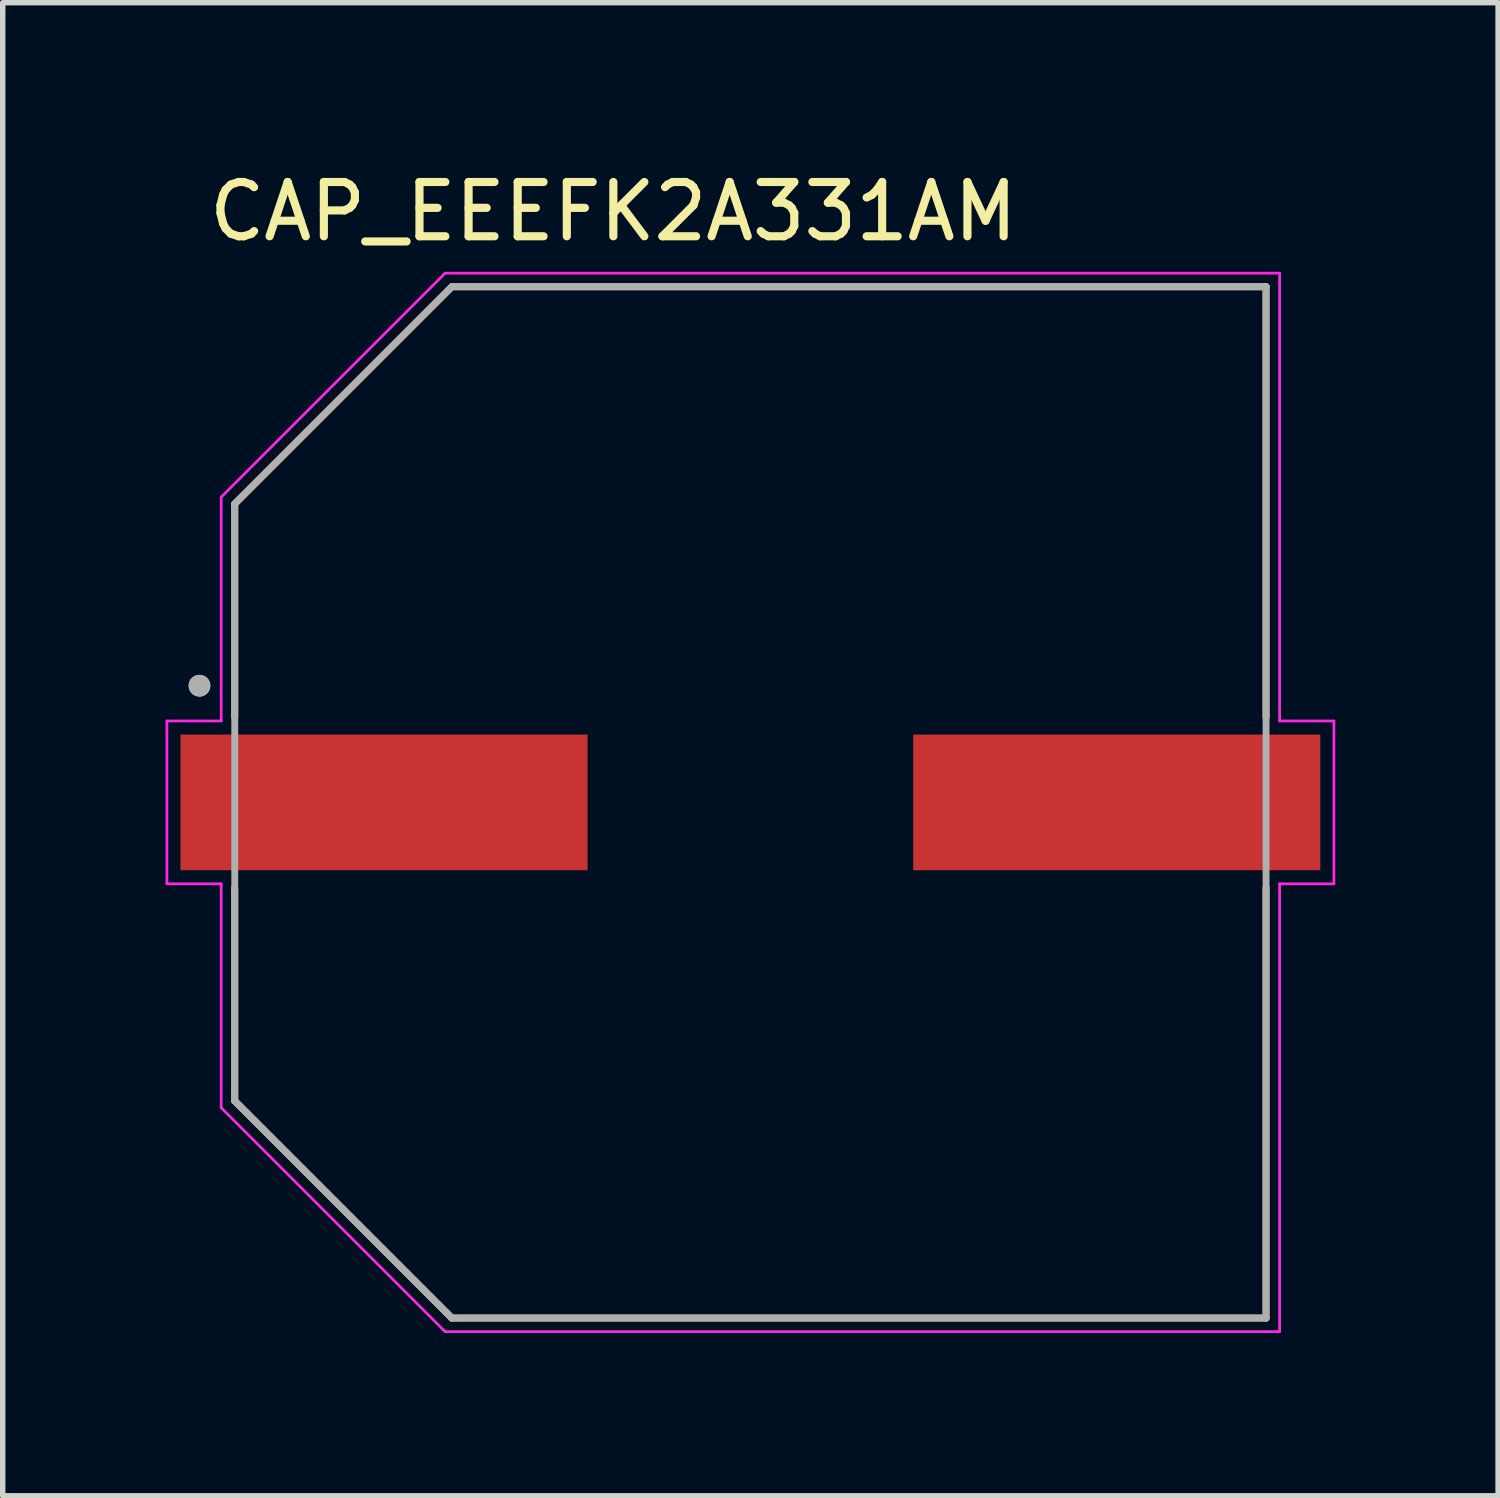
<source format=kicad_pcb>
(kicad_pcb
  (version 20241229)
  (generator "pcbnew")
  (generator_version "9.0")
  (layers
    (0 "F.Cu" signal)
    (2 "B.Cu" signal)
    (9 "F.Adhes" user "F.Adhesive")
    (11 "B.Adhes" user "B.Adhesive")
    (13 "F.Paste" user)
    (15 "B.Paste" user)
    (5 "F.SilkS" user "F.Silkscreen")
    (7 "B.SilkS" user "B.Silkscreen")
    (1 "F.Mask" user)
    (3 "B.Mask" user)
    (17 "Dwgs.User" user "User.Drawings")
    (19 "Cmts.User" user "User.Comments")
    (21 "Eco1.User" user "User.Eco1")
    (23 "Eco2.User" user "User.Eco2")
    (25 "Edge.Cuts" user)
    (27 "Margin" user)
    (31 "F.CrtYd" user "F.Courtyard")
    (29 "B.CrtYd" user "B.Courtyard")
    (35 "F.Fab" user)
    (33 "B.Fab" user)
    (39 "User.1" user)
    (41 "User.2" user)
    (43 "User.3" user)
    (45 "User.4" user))
  (footprint "CAP_EEEFK2A331AM"
    (layer "F.Cu")
    (at 10.775 11.733)
    (property "Reference" "CAP_EEEFK2A331AM" (at -2.525 -10.885 0) (layer "F.SilkS") (effects (font (size 1 1) (thickness 0.15))))
    (attr through_hole)
    (fp_line (start -9.5 -5.5) (end -9.5 -1.57) (stroke (width 0.127) (type solid)) (layer "F.SilkS"))
    (fp_line (start -9.5 1.57) (end -9.5 5.5) (stroke (width 0.127) (type solid)) (layer "F.SilkS"))
    (fp_line (start -9.5 5.5) (end -5.5 9.5) (stroke (width 0.127) (type solid)) (layer "F.SilkS"))
    (fp_line (start -5.5 -9.5) (end -9.5 -5.5) (stroke (width 0.127) (type solid)) (layer "F.SilkS"))
    (fp_line (start -5.5 9.5) (end 9.5 9.5) (stroke (width 0.127) (type solid)) (layer "F.SilkS"))
    (fp_line (start 9.5 -9.5) (end -5.5 -9.5) (stroke (width 0.127) (type solid)) (layer "F.SilkS"))
    (fp_line (start 9.5 -1.57) (end 9.5 -9.5) (stroke (width 0.127) (type solid)) (layer "F.SilkS"))
    (fp_line (start 9.5 9.5) (end 9.5 1.57) (stroke (width 0.127) (type solid)) (layer "F.SilkS"))
    (fp_circle (center -10.15 -2.15) (end -10.05 -2.15) (stroke (width 0.2) (type solid)) (fill no) (layer "F.SilkS"))
    (fp_line (start -10.75 -1.5) (end -9.75 -1.5) (stroke (width 0.05) (type solid)) (layer "F.CrtYd"))
    (fp_line (start -10.75 1.5) (end -10.75 -1.5) (stroke (width 0.05) (type solid)) (layer "F.CrtYd"))
    (fp_line (start -9.75 -5.625) (end -5.625 -9.75) (stroke (width 0.05) (type solid)) (layer "F.CrtYd"))
    (fp_line (start -9.75 -1.5) (end -9.75 -5.625) (stroke (width 0.05) (type solid)) (layer "F.CrtYd"))
    (fp_line (start -9.75 1.5) (end -10.75 1.5) (stroke (width 0.05) (type solid)) (layer "F.CrtYd"))
    (fp_line (start -9.75 5.625) (end -9.75 1.5) (stroke (width 0.05) (type solid)) (layer "F.CrtYd"))
    (fp_line (start -5.625 -9.75) (end 9.75 -9.75) (stroke (width 0.05) (type solid)) (layer "F.CrtYd"))
    (fp_line (start -5.625 9.75) (end -9.75 5.625) (stroke (width 0.05) (type solid)) (layer "F.CrtYd"))
    (fp_line (start 9.75 -9.75) (end 9.75 -1.5) (stroke (width 0.05) (type solid)) (layer "F.CrtYd"))
    (fp_line (start 9.75 -1.5) (end 10.75 -1.5) (stroke (width 0.05) (type solid)) (layer "F.CrtYd"))
    (fp_line (start 9.75 1.5) (end 9.75 9.75) (stroke (width 0.05) (type solid)) (layer "F.CrtYd"))
    (fp_line (start 9.75 9.75) (end -5.625 9.75) (stroke (width 0.05) (type solid)) (layer "F.CrtYd"))
    (fp_line (start 10.75 -1.5) (end 10.75 1.5) (stroke (width 0.05) (type solid)) (layer "F.CrtYd"))
    (fp_line (start 10.75 1.5) (end 9.75 1.5) (stroke (width 0.05) (type solid)) (layer "F.CrtYd"))
    (fp_line (start -9.5 -5.5) (end -9.5 5.5) (stroke (width 0.127) (type solid)) (layer "F.Fab"))
    (fp_line (start -9.5 5.5) (end -5.5 9.5) (stroke (width 0.127) (type solid)) (layer "F.Fab"))
    (fp_line (start -5.5 -9.5) (end -9.5 -5.5) (stroke (width 0.127) (type solid)) (layer "F.Fab"))
    (fp_line (start -5.5 9.5) (end 9.5 9.5) (stroke (width 0.127) (type solid)) (layer "F.Fab"))
    (fp_line (start 9.5 -9.5) (end -5.5 -9.5) (stroke (width 0.127) (type solid)) (layer "F.Fab"))
    (fp_line (start 9.5 9.5) (end 9.5 -9.5) (stroke (width 0.127) (type solid)) (layer "F.Fab"))
    (fp_circle (center -10.15 -2.15) (end -10.05 -2.15) (stroke (width 0.2) (type solid)) (fill no) (layer "F.Fab"))
    (pad "1" smd rect (at -6.75 0) (size 7.5 2.5) (layers "F.Cu" "F.Mask" "F.Paste"))
    (pad "2" smd rect (at 6.75 0) (size 7.5 2.5) (layers "F.Cu" "F.Mask" "F.Paste")))
  (gr_rect
    (start -3 -3)
    (end 24.55 24.508)
    (stroke (width 0.1) (type default))
    (fill no)
    (layer "Edge.Cuts")))
</source>
